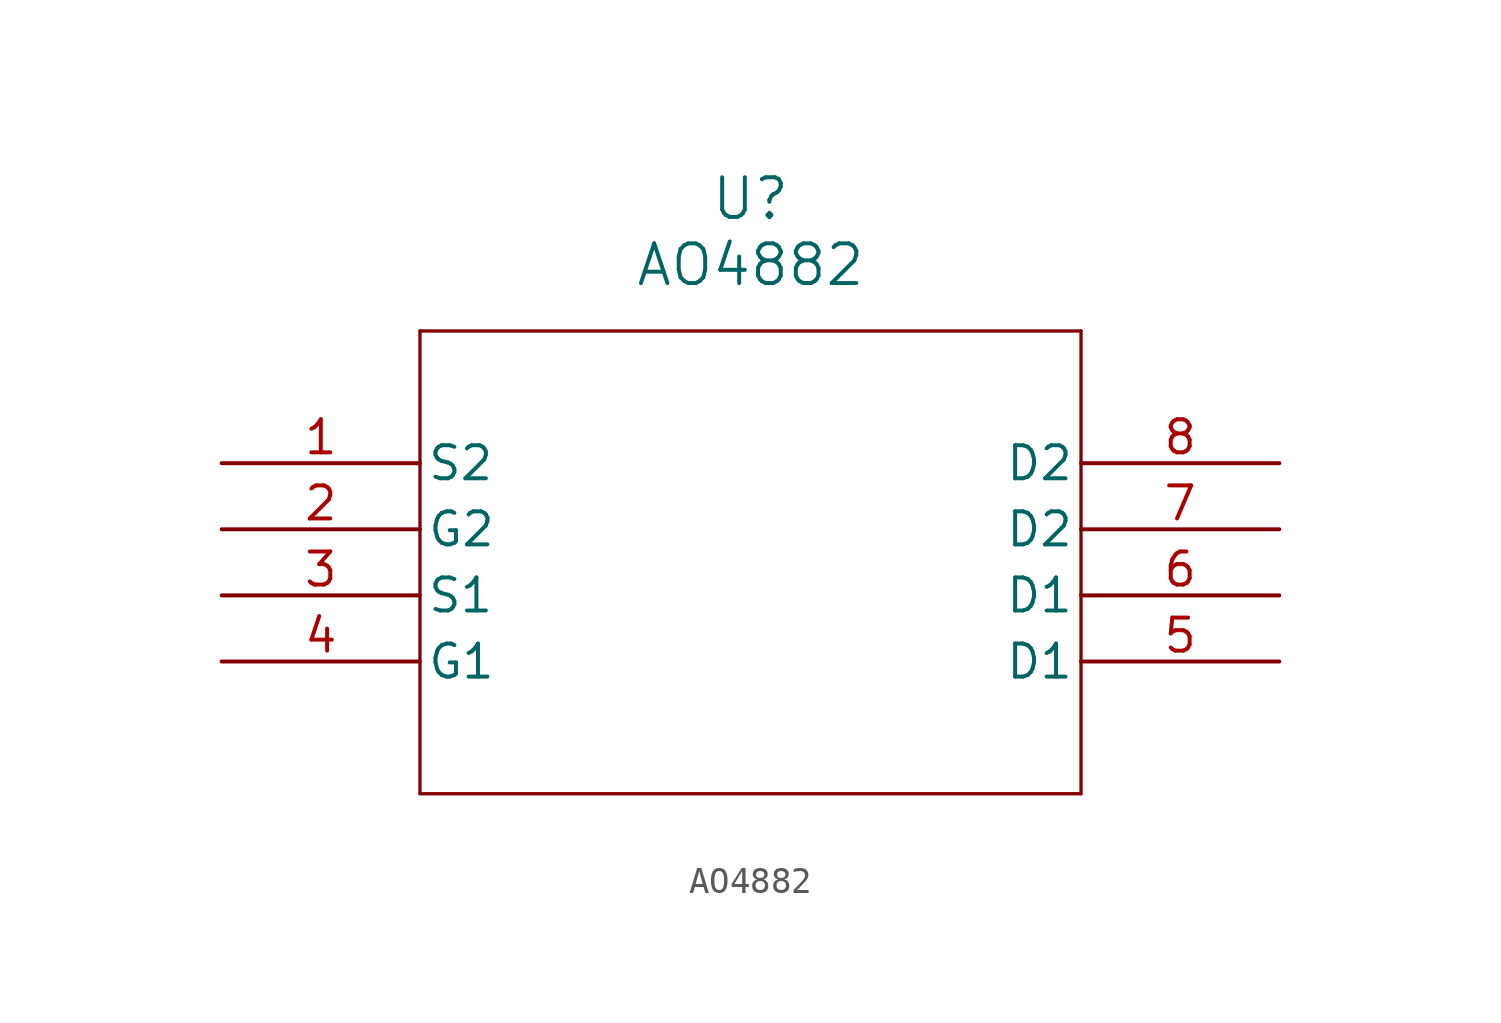
<source format=kicad_sym>
(kicad_symbol_lib
  (version 20211014)
  (generator kicad_symbol_editor)
  (symbol "AO4882"
    (pin_names
      (offset 0.254))
    (property "Reference" "U"
      (at 20.32 10.16 0)
      (effects (font (size 1.524 1.524))))
    (property "Value" "AO4882"
      (at 20.32 7.62 0)
      (effects (font (size 1.524 1.524))))
    (symbol "AO4882_0_1"
      (polyline (pts (xy 7.62 5.08) (xy 7.62 -12.7)) (stroke (width 0.127) (type default) (color 0 0 0 0)) (fill (type none)))
      (polyline (pts (xy 7.62 -12.7) (xy 33.02 -12.7)) (stroke (width 0.127) (type default) (color 0 0 0 0)) (fill (type none)))
      (polyline (pts (xy 33.02 -12.7) (xy 33.02 5.08)) (stroke (width 0.127) (type default) (color 0 0 0 0)) (fill (type none)))
      (polyline (pts (xy 33.02 5.08) (xy 7.62 5.08)) (stroke (width 0.127) (type default) (color 0 0 0 0)) (fill (type none)))
      (pin unspecified line (at 0 0 0) (length 7.62) (name "S2" (effects (font (size 1.27 1.27)))) (number "1" (effects (font (size 1.27 1.27)))))
      (pin bidirectional line (at 0 -2.54 0) (length 7.62) (name "G2" (effects (font (size 1.27 1.27)))) (number "2" (effects (font (size 1.27 1.27)))))
      (pin bidirectional line (at 0 -5.08 0) (length 7.62) (name "S1" (effects (font (size 1.27 1.27)))) (number "3" (effects (font (size 1.27 1.27)))))
      (pin bidirectional line (at 0 -7.62 0) (length 7.62) (name "G1" (effects (font (size 1.27 1.27)))) (number "4" (effects (font (size 1.27 1.27)))))
      (pin bidirectional line (at 40.64 -7.62 180) (length 7.62) (name "D1" (effects (font (size 1.27 1.27)))) (number "5" (effects (font (size 1.27 1.27)))))
      (pin bidirectional line (at 40.64 -5.08 180) (length 7.62) (name "D1" (effects (font (size 1.27 1.27)))) (number "6" (effects (font (size 1.27 1.27)))))
      (pin bidirectional line (at 40.64 -2.54 180) (length 7.62) (name "D2" (effects (font (size 1.27 1.27)))) (number "7" (effects (font (size 1.27 1.27)))))
      (pin bidirectional line (at 40.64 0 180) (length 7.62) (name "D2" (effects (font (size 1.27 1.27)))) (number "8" (effects (font (size 1.27 1.27))))))))
</source>
